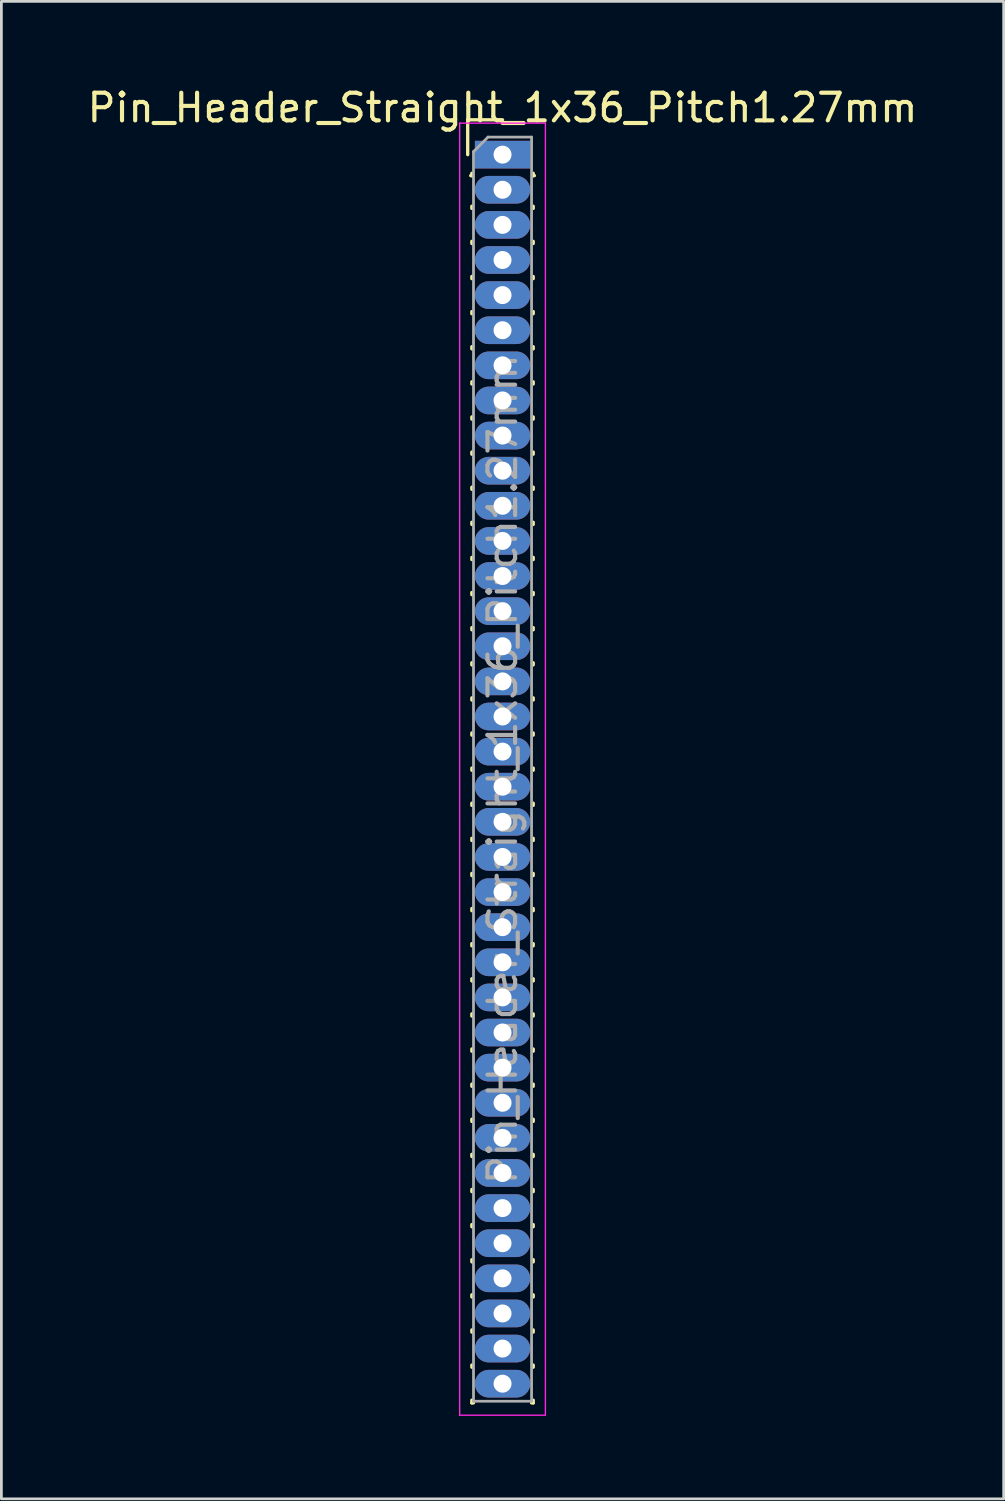
<source format=kicad_pcb>
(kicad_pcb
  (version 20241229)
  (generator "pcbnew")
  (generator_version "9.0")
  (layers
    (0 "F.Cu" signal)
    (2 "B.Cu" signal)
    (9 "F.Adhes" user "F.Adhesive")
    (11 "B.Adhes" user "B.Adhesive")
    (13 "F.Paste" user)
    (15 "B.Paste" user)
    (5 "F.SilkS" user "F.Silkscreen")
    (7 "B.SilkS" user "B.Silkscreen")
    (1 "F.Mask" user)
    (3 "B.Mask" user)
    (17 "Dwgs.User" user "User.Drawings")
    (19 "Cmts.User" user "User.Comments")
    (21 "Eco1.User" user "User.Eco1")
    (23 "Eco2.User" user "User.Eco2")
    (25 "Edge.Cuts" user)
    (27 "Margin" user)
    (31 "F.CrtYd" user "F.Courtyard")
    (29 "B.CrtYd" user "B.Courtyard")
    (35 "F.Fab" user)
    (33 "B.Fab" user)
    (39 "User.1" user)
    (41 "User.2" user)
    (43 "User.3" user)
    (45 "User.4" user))
  (footprint "Pin_Header_Straight_1x36_Pitch1.27mm"
    (layer "F.Cu")
    (at 15.125 2.543)
    (property "Reference" "Pin_Header_Straight_1x36_Pitch1.27mm" (at 0 -1.695 0) (layer "F.SilkS") (effects (font (size 1 1) (thickness 0.15))))
    (attr through_hole)
    (fp_line (start -1.26 -1.26) (end 0 -1.26) (stroke (width 0.12) (type solid)) (layer "F.SilkS"))
    (fp_line (start -1.26 0) (end -1.26 -1.26) (stroke (width 0.12) (type solid)) (layer "F.SilkS"))
    (fp_line (start -1.11 0.76) (end -1.152 0.76) (stroke (width 0.12) (type solid)) (layer "F.SilkS"))
    (fp_line (start -1.11 0.76) (end -1.11 0.674) (stroke (width 0.12) (type solid)) (layer "F.SilkS"))
    (fp_line (start -1.11 1.866) (end -1.11 1.944) (stroke (width 0.12) (type solid)) (layer "F.SilkS"))
    (fp_line (start -1.11 3.136) (end -1.11 3.214) (stroke (width 0.12) (type solid)) (layer "F.SilkS"))
    (fp_line (start -1.11 4.406) (end -1.11 4.484) (stroke (width 0.12) (type solid)) (layer "F.SilkS"))
    (fp_line (start -1.11 5.676) (end -1.11 5.754) (stroke (width 0.12) (type solid)) (layer "F.SilkS"))
    (fp_line (start -1.11 6.946) (end -1.11 7.024) (stroke (width 0.12) (type solid)) (layer "F.SilkS"))
    (fp_line (start -1.11 8.216) (end -1.11 8.294) (stroke (width 0.12) (type solid)) (layer "F.SilkS"))
    (fp_line (start -1.11 9.486) (end -1.11 9.564) (stroke (width 0.12) (type solid)) (layer "F.SilkS"))
    (fp_line (start -1.11 10.756) (end -1.11 10.834) (stroke (width 0.12) (type solid)) (layer "F.SilkS"))
    (fp_line (start -1.11 12.026) (end -1.11 12.104) (stroke (width 0.12) (type solid)) (layer "F.SilkS"))
    (fp_line (start -1.11 13.296) (end -1.11 13.374) (stroke (width 0.12) (type solid)) (layer "F.SilkS"))
    (fp_line (start -1.11 14.566) (end -1.11 14.644) (stroke (width 0.12) (type solid)) (layer "F.SilkS"))
    (fp_line (start -1.11 15.836) (end -1.11 15.914) (stroke (width 0.12) (type solid)) (layer "F.SilkS"))
    (fp_line (start -1.11 17.106) (end -1.11 17.184) (stroke (width 0.12) (type solid)) (layer "F.SilkS"))
    (fp_line (start -1.11 18.376) (end -1.11 18.454) (stroke (width 0.12) (type solid)) (layer "F.SilkS"))
    (fp_line (start -1.11 19.646) (end -1.11 19.724) (stroke (width 0.12) (type solid)) (layer "F.SilkS"))
    (fp_line (start -1.11 20.916) (end -1.11 20.994) (stroke (width 0.12) (type solid)) (layer "F.SilkS"))
    (fp_line (start -1.11 22.186) (end -1.11 22.264) (stroke (width 0.12) (type solid)) (layer "F.SilkS"))
    (fp_line (start -1.11 23.456) (end -1.11 23.534) (stroke (width 0.12) (type solid)) (layer "F.SilkS"))
    (fp_line (start -1.11 24.726) (end -1.11 24.804) (stroke (width 0.12) (type solid)) (layer "F.SilkS"))
    (fp_line (start -1.11 25.996) (end -1.11 26.074) (stroke (width 0.12) (type solid)) (layer "F.SilkS"))
    (fp_line (start -1.11 27.266) (end -1.11 27.344) (stroke (width 0.12) (type solid)) (layer "F.SilkS"))
    (fp_line (start -1.11 28.536) (end -1.11 28.614) (stroke (width 0.12) (type solid)) (layer "F.SilkS"))
    (fp_line (start -1.11 29.806) (end -1.11 29.884) (stroke (width 0.12) (type solid)) (layer "F.SilkS"))
    (fp_line (start -1.11 31.076) (end -1.11 31.154) (stroke (width 0.12) (type solid)) (layer "F.SilkS"))
    (fp_line (start -1.11 32.346) (end -1.11 32.424) (stroke (width 0.12) (type solid)) (layer "F.SilkS"))
    (fp_line (start -1.11 33.616) (end -1.11 33.694) (stroke (width 0.12) (type solid)) (layer "F.SilkS"))
    (fp_line (start -1.11 34.886) (end -1.11 34.964) (stroke (width 0.12) (type solid)) (layer "F.SilkS"))
    (fp_line (start -1.11 36.156) (end -1.11 36.234) (stroke (width 0.12) (type solid)) (layer "F.SilkS"))
    (fp_line (start -1.11 37.426) (end -1.11 37.504) (stroke (width 0.12) (type solid)) (layer "F.SilkS"))
    (fp_line (start -1.11 38.696) (end -1.11 38.774) (stroke (width 0.12) (type solid)) (layer "F.SilkS"))
    (fp_line (start -1.11 39.966) (end -1.11 40.044) (stroke (width 0.12) (type solid)) (layer "F.SilkS"))
    (fp_line (start -1.11 41.236) (end -1.11 41.314) (stroke (width 0.12) (type solid)) (layer "F.SilkS"))
    (fp_line (start -1.11 42.506) (end -1.11 42.584) (stroke (width 0.12) (type solid)) (layer "F.SilkS"))
    (fp_line (start -1.11 43.776) (end -1.11 43.854) (stroke (width 0.12) (type solid)) (layer "F.SilkS"))
    (fp_line (start -1.11 45.046) (end -1.11 45.145) (stroke (width 0.12) (type solid)) (layer "F.SilkS"))
    (fp_line (start -1.11 45.145) (end -1.051 45.145) (stroke (width 0.12) (type solid)) (layer "F.SilkS"))
    (fp_line (start 1.051 45.145) (end 1.11 45.145) (stroke (width 0.12) (type solid)) (layer "F.SilkS"))
    (fp_line (start 1.11 0.76) (end 1.11 0.674) (stroke (width 0.12) (type solid)) (layer "F.SilkS"))
    (fp_line (start 1.11 1.866) (end 1.11 1.944) (stroke (width 0.12) (type solid)) (layer "F.SilkS"))
    (fp_line (start 1.11 3.136) (end 1.11 3.214) (stroke (width 0.12) (type solid)) (layer "F.SilkS"))
    (fp_line (start 1.11 4.406) (end 1.11 4.484) (stroke (width 0.12) (type solid)) (layer "F.SilkS"))
    (fp_line (start 1.11 5.676) (end 1.11 5.754) (stroke (width 0.12) (type solid)) (layer "F.SilkS"))
    (fp_line (start 1.11 6.946) (end 1.11 7.024) (stroke (width 0.12) (type solid)) (layer "F.SilkS"))
    (fp_line (start 1.11 8.216) (end 1.11 8.294) (stroke (width 0.12) (type solid)) (layer "F.SilkS"))
    (fp_line (start 1.11 9.486) (end 1.11 9.564) (stroke (width 0.12) (type solid)) (layer "F.SilkS"))
    (fp_line (start 1.11 10.756) (end 1.11 10.834) (stroke (width 0.12) (type solid)) (layer "F.SilkS"))
    (fp_line (start 1.11 12.026) (end 1.11 12.104) (stroke (width 0.12) (type solid)) (layer "F.SilkS"))
    (fp_line (start 1.11 13.296) (end 1.11 13.374) (stroke (width 0.12) (type solid)) (layer "F.SilkS"))
    (fp_line (start 1.11 14.566) (end 1.11 14.644) (stroke (width 0.12) (type solid)) (layer "F.SilkS"))
    (fp_line (start 1.11 15.836) (end 1.11 15.914) (stroke (width 0.12) (type solid)) (layer "F.SilkS"))
    (fp_line (start 1.11 17.106) (end 1.11 17.184) (stroke (width 0.12) (type solid)) (layer "F.SilkS"))
    (fp_line (start 1.11 18.376) (end 1.11 18.454) (stroke (width 0.12) (type solid)) (layer "F.SilkS"))
    (fp_line (start 1.11 19.646) (end 1.11 19.724) (stroke (width 0.12) (type solid)) (layer "F.SilkS"))
    (fp_line (start 1.11 20.916) (end 1.11 20.994) (stroke (width 0.12) (type solid)) (layer "F.SilkS"))
    (fp_line (start 1.11 22.186) (end 1.11 22.264) (stroke (width 0.12) (type solid)) (layer "F.SilkS"))
    (fp_line (start 1.11 23.456) (end 1.11 23.534) (stroke (width 0.12) (type solid)) (layer "F.SilkS"))
    (fp_line (start 1.11 24.726) (end 1.11 24.804) (stroke (width 0.12) (type solid)) (layer "F.SilkS"))
    (fp_line (start 1.11 25.996) (end 1.11 26.074) (stroke (width 0.12) (type solid)) (layer "F.SilkS"))
    (fp_line (start 1.11 27.266) (end 1.11 27.344) (stroke (width 0.12) (type solid)) (layer "F.SilkS"))
    (fp_line (start 1.11 28.536) (end 1.11 28.614) (stroke (width 0.12) (type solid)) (layer "F.SilkS"))
    (fp_line (start 1.11 29.806) (end 1.11 29.884) (stroke (width 0.12) (type solid)) (layer "F.SilkS"))
    (fp_line (start 1.11 31.076) (end 1.11 31.154) (stroke (width 0.12) (type solid)) (layer "F.SilkS"))
    (fp_line (start 1.11 32.346) (end 1.11 32.424) (stroke (width 0.12) (type solid)) (layer "F.SilkS"))
    (fp_line (start 1.11 33.616) (end 1.11 33.694) (stroke (width 0.12) (type solid)) (layer "F.SilkS"))
    (fp_line (start 1.11 34.886) (end 1.11 34.964) (stroke (width 0.12) (type solid)) (layer "F.SilkS"))
    (fp_line (start 1.11 36.156) (end 1.11 36.234) (stroke (width 0.12) (type solid)) (layer "F.SilkS"))
    (fp_line (start 1.11 37.426) (end 1.11 37.504) (stroke (width 0.12) (type solid)) (layer "F.SilkS"))
    (fp_line (start 1.11 38.696) (end 1.11 38.774) (stroke (width 0.12) (type solid)) (layer "F.SilkS"))
    (fp_line (start 1.11 39.966) (end 1.11 40.044) (stroke (width 0.12) (type solid)) (layer "F.SilkS"))
    (fp_line (start 1.11 41.236) (end 1.11 41.314) (stroke (width 0.12) (type solid)) (layer "F.SilkS"))
    (fp_line (start 1.11 42.506) (end 1.11 42.584) (stroke (width 0.12) (type solid)) (layer "F.SilkS"))
    (fp_line (start 1.11 43.776) (end 1.11 43.854) (stroke (width 0.12) (type solid)) (layer "F.SilkS"))
    (fp_line (start 1.11 45.046) (end 1.11 45.145) (stroke (width 0.12) (type solid)) (layer "F.SilkS"))
    (fp_line (start 1.152 0.76) (end 1.11 0.76) (stroke (width 0.12) (type solid)) (layer "F.SilkS"))
    (fp_line (start -1.55 -1.14) (end -1.55 45.59) (stroke (width 0.05) (type solid)) (layer "F.CrtYd"))
    (fp_line (start -1.55 45.59) (end 1.55 45.59) (stroke (width 0.05) (type solid)) (layer "F.CrtYd"))
    (fp_line (start 1.55 -1.14) (end -1.55 -1.14) (stroke (width 0.05) (type solid)) (layer "F.CrtYd"))
    (fp_line (start 1.55 45.59) (end 1.55 -1.14) (stroke (width 0.05) (type solid)) (layer "F.CrtYd"))
    (fp_line (start -1.05 -0.11) (end -0.525 -0.635) (stroke (width 0.1) (type solid)) (layer "F.Fab"))
    (fp_line (start -1.05 45.085) (end -1.05 -0.11) (stroke (width 0.1) (type solid)) (layer "F.Fab"))
    (fp_line (start -0.525 -0.635) (end 1.05 -0.635) (stroke (width 0.1) (type solid)) (layer "F.Fab"))
    (fp_line (start 1.05 -0.635) (end 1.05 45.085) (stroke (width 0.1) (type solid)) (layer "F.Fab"))
    (fp_line (start 1.05 45.085) (end -1.05 45.085) (stroke (width 0.1) (type solid)) (layer "F.Fab"))
    (fp_text user "${REFERENCE}" (at 0 22.225 90) (layer "F.Fab") (effects (font (size 1 1) (thickness 0.15))))
    (pad "1" thru_hole rect (at 0 0) (size 2 1) (drill 0.65) (layers "*.Cu" "*.Mask"))
    (pad "2" thru_hole oval (at 0 1.27) (size 2 1) (drill 0.65) (layers "*.Cu" "*.Mask"))
    (pad "3" thru_hole oval (at 0 2.54) (size 2 1) (drill 0.65) (layers "*.Cu" "*.Mask"))
    (pad "4" thru_hole oval (at 0 3.81) (size 2 1) (drill 0.65) (layers "*.Cu" "*.Mask"))
    (pad "5" thru_hole oval (at 0 5.08) (size 2 1) (drill 0.65) (layers "*.Cu" "*.Mask"))
    (pad "6" thru_hole oval (at 0 6.35) (size 2 1) (drill 0.65) (layers "*.Cu" "*.Mask"))
    (pad "7" thru_hole oval (at 0 7.62) (size 2 1) (drill 0.65) (layers "*.Cu" "*.Mask"))
    (pad "8" thru_hole oval (at 0 8.89) (size 2 1) (drill 0.65) (layers "*.Cu" "*.Mask"))
    (pad "9" thru_hole oval (at 0 10.16) (size 2 1) (drill 0.65) (layers "*.Cu" "*.Mask"))
    (pad "10" thru_hole oval (at 0 11.43) (size 2 1) (drill 0.65) (layers "*.Cu" "*.Mask"))
    (pad "11" thru_hole oval (at 0 12.7) (size 2 1) (drill 0.65) (layers "*.Cu" "*.Mask"))
    (pad "12" thru_hole oval (at 0 13.97) (size 2 1) (drill 0.65) (layers "*.Cu" "*.Mask"))
    (pad "13" thru_hole oval (at 0 15.24) (size 2 1) (drill 0.65) (layers "*.Cu" "*.Mask"))
    (pad "14" thru_hole oval (at 0 16.51) (size 2 1) (drill 0.65) (layers "*.Cu" "*.Mask"))
    (pad "15" thru_hole oval (at 0 17.78) (size 2 1) (drill 0.65) (layers "*.Cu" "*.Mask"))
    (pad "16" thru_hole oval (at 0 19.05) (size 2 1) (drill 0.65) (layers "*.Cu" "*.Mask"))
    (pad "17" thru_hole oval (at 0 20.32) (size 2 1) (drill 0.65) (layers "*.Cu" "*.Mask"))
    (pad "18" thru_hole oval (at 0 21.59) (size 2 1) (drill 0.65) (layers "*.Cu" "*.Mask"))
    (pad "19" thru_hole oval (at 0 22.86) (size 2 1) (drill 0.65) (layers "*.Cu" "*.Mask"))
    (pad "20" thru_hole oval (at 0 24.13) (size 2 1) (drill 0.65) (layers "*.Cu" "*.Mask"))
    (pad "21" thru_hole oval (at 0 25.4) (size 2 1) (drill 0.65) (layers "*.Cu" "*.Mask"))
    (pad "22" thru_hole oval (at 0 26.67) (size 2 1) (drill 0.65) (layers "*.Cu" "*.Mask"))
    (pad "23" thru_hole oval (at 0 27.94) (size 2 1) (drill 0.65) (layers "*.Cu" "*.Mask"))
    (pad "24" thru_hole oval (at 0 29.21) (size 2 1) (drill 0.65) (layers "*.Cu" "*.Mask"))
    (pad "25" thru_hole oval (at 0 30.48) (size 2 1) (drill 0.65) (layers "*.Cu" "*.Mask"))
    (pad "26" thru_hole oval (at 0 31.75) (size 2 1) (drill 0.65) (layers "*.Cu" "*.Mask"))
    (pad "27" thru_hole oval (at 0 33.02) (size 2 1) (drill 0.65) (layers "*.Cu" "*.Mask"))
    (pad "28" thru_hole oval (at 0 34.29) (size 2 1) (drill 0.65) (layers "*.Cu" "*.Mask"))
    (pad "29" thru_hole oval (at 0 35.56) (size 2 1) (drill 0.65) (layers "*.Cu" "*.Mask"))
    (pad "30" thru_hole oval (at 0 36.83) (size 2 1) (drill 0.65) (layers "*.Cu" "*.Mask"))
    (pad "31" thru_hole oval (at 0 38.1) (size 2 1) (drill 0.65) (layers "*.Cu" "*.Mask"))
    (pad "32" thru_hole oval (at 0 39.37) (size 2 1) (drill 0.65) (layers "*.Cu" "*.Mask"))
    (pad "33" thru_hole oval (at 0 40.64) (size 2 1) (drill 0.65) (layers "*.Cu" "*.Mask"))
    (pad "34" thru_hole oval (at 0 41.91) (size 2 1) (drill 0.65) (layers "*.Cu" "*.Mask"))
    (pad "35" thru_hole oval (at 0 43.18) (size 2 1) (drill 0.65) (layers "*.Cu" "*.Mask"))
    (pad "36" thru_hole oval (at 0 44.45) (size 2 1) (drill 0.65) (layers "*.Cu" "*.Mask")))
  (gr_rect
    (start -3 -3)
    (end 33.25 51.158)
    (stroke (width 0.1) (type default))
    (fill no)
    (layer "Edge.Cuts")))
</source>
